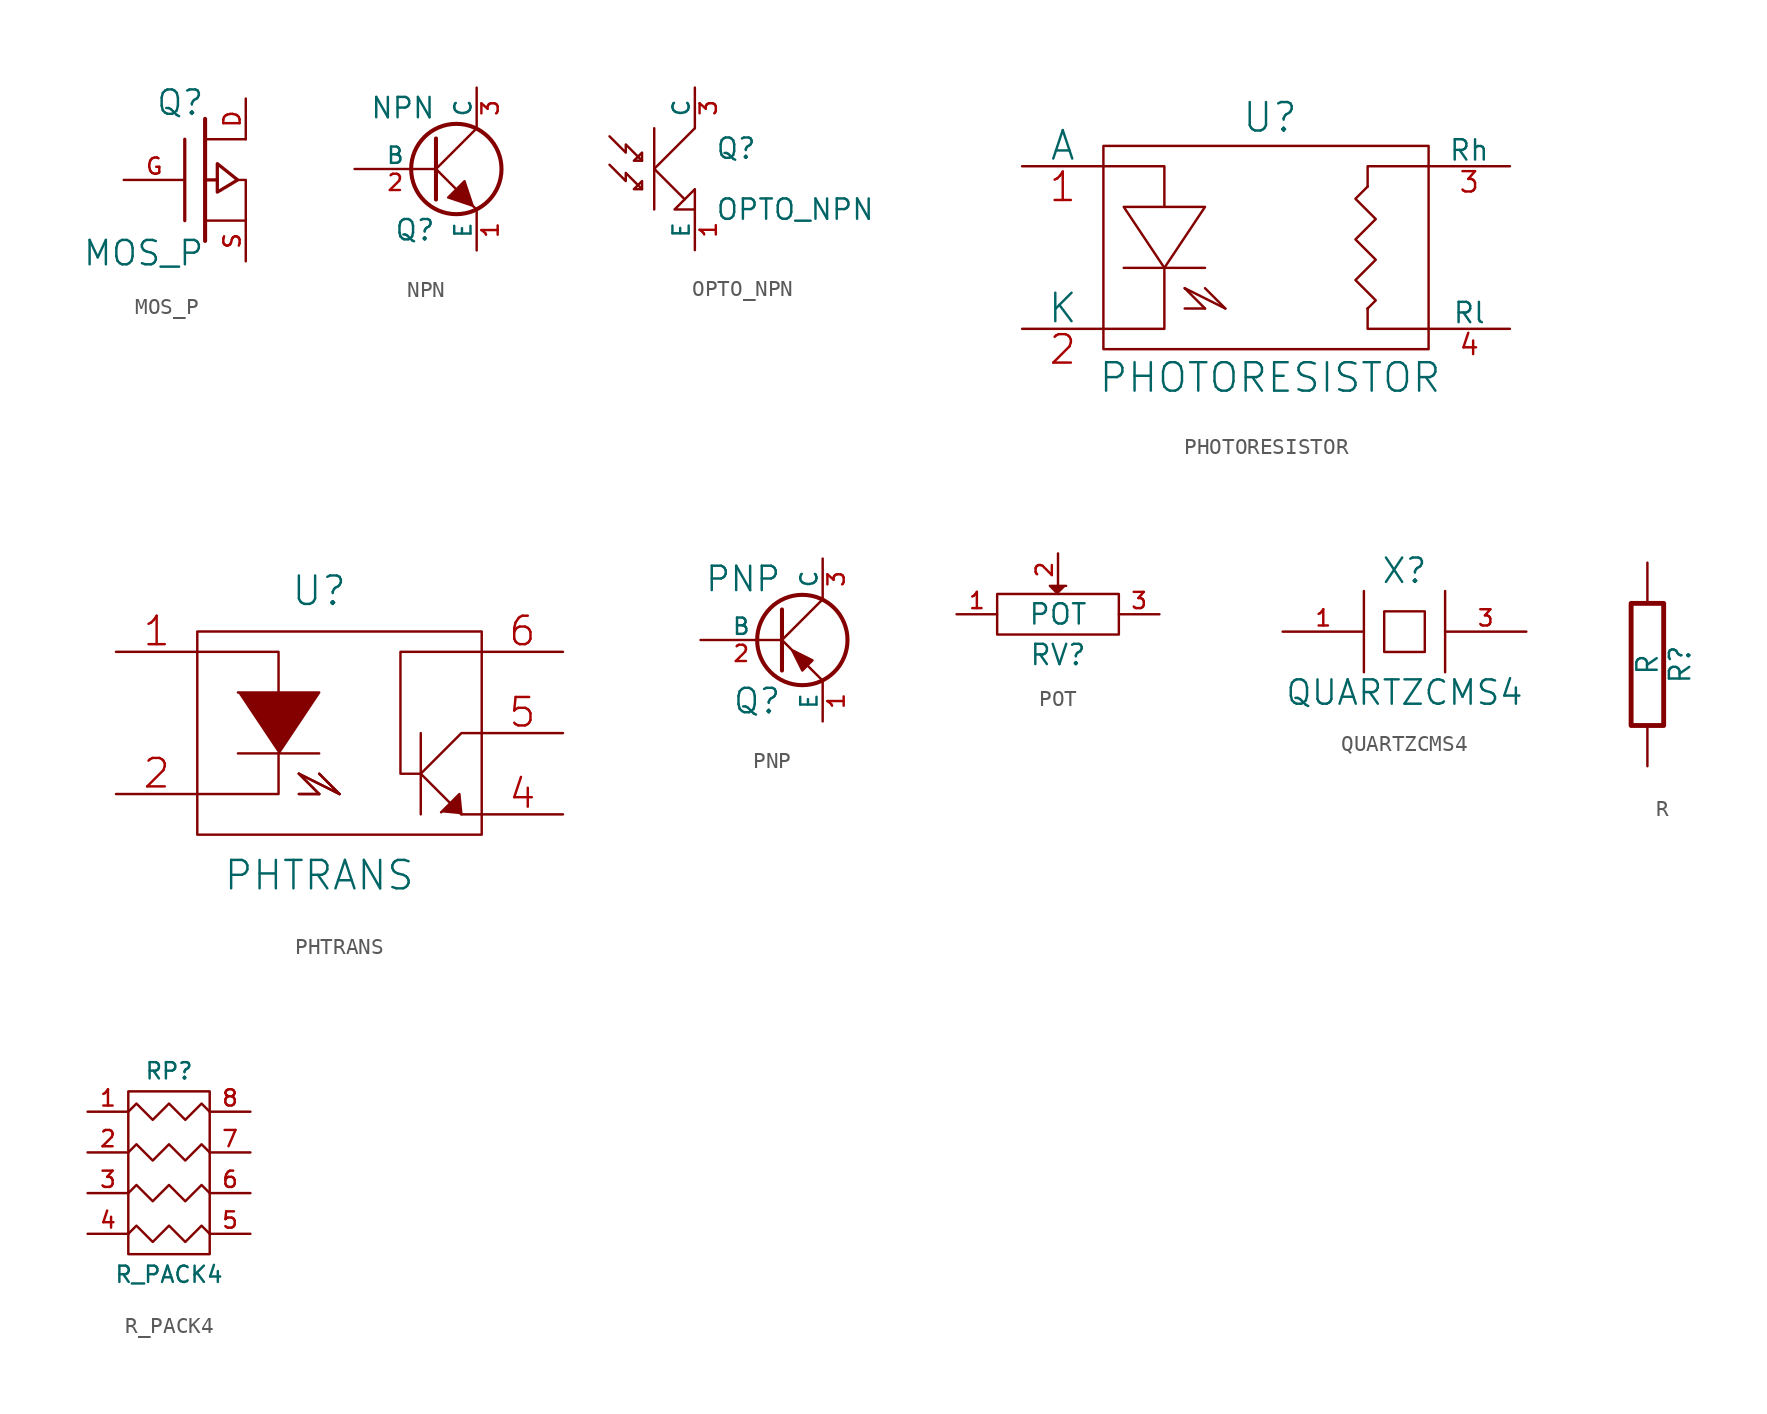
<source format=kicad_sym>
(kicad_symbol_lib
  (version 20220914)
  (generator kicad_symbol_editor)
  (symbol "MOS_P"
    (pin_names
      (offset 1.016) hide)
    (property "Reference" "Q"
      (at 0 4.826 0)
      (effects (font (size 1.524 1.524)) (justify right)))
    (property "Value" "MOS_P"
      (at 0 -4.572 0)
      (effects (font (size 1.524 1.524)) (justify right)))
    (symbol "MOS_P_0_1"
      (polyline (pts (xy -1.27 -2.54) (xy -1.27 2.54)) (stroke (width 0.203) (type solid)) (fill (type none)))
      (polyline (pts (xy 0 -3.81) (xy 0 3.81)) (stroke (width 0.254) (type solid)) (fill (type none)))
      (polyline (pts (xy 0.762 0) (xy 0 0)) (stroke (width 0.203) (type solid)) (fill (type none)))
      (polyline (pts (xy 2.54 -2.54) (xy 0 -2.54)) (stroke (width 0) (type solid)) (fill (type none)))
      (polyline (pts (xy 2.54 2.54) (xy 0 2.54)) (stroke (width 0) (type solid)) (fill (type none)))
      (polyline (pts (xy 2.032 0) (xy 2.54 0) (xy 2.54 -2.54)) (stroke (width 0) (type solid)) (fill (type none)))
      (polyline (pts (xy 0.762 1.016) (xy 0.762 -0.762) (xy 2.032 0) (xy 0.762 1.016) (xy 0.762 1.016)) (stroke (width 0.203) (type solid)) (fill (type none))))
    (symbol "MOS_P_1_1"
      (pin passive line (at 2.54 5.08 270) (length 2.54) (name "D" (effects (font (size 1.016 1.016)))) (number "D" (effects (font (size 1.016 1.016)))))
      (pin input line (at -5.08 0 0) (length 3.81) (name "G" (effects (font (size 1.016 1.016)))) (number "G" (effects (font (size 1.016 1.016)))))
      (pin passive line (at 2.54 -5.08 90) (length 2.54) (name "S" (effects (font (size 1.016 1.016)))) (number "S" (effects (font (size 1.016 1.016)))))))
  (symbol "NPN"
    (pin_names
      (offset 0))
    (property "Reference" "Q"
      (at 0 -3.81 0)
      (effects (font (size 1.27 1.27)) (justify right)))
    (property "Value" "NPN"
      (at 0 3.81 0)
      (effects (font (size 1.27 1.27)) (justify right)))
    (symbol "NPN_0_1"
      (polyline (pts (xy 0 0) (xy 2.54 2.54)) (stroke (width 0) (type solid)) (fill (type none)))
      (polyline (pts (xy 0 1.905) (xy 0 -1.905) (xy 0 -1.905)) (stroke (width 0.254) (type solid)) (fill (type none)))
      (polyline (pts (xy 1.27 -1.27) (xy 0 0) (xy 0 0)) (stroke (width 0) (type solid)) (fill (type none)))
      (polyline (pts (xy 2.286 -2.286) (xy 2.54 -2.54) (xy 2.54 -2.54)) (stroke (width 0) (type solid)) (fill (type none)))
      (polyline (pts (xy 2.286 -2.286) (xy 1.778 -0.762) (xy 0.762 -1.778) (xy 2.286 -2.286) (xy 2.286 -2.286)) (stroke (width 0) (type solid)) (fill (type outline)))
      (circle (center 1.27 0) (radius 2.819) (stroke (width 0.254) (type solid)) (fill (type none))))
    (symbol "NPN_1_1"
      (pin passive line (at 2.54 -5.08 90) (length 2.54) (name "E" (effects (font (size 1.016 1.016)))) (number "1" (effects (font (size 1.016 1.016)))))
      (pin input line (at -5.08 0 0) (length 5.08) (name "B" (effects (font (size 1.016 1.016)))) (number "2" (effects (font (size 1.016 1.016)))))
      (pin passive line (at 2.54 5.08 270) (length 2.54) (name "C" (effects (font (size 1.016 1.016)))) (number "3" (effects (font (size 1.016 1.016)))))))
  (symbol "OPTO_NPN"
    (pin_names
      (offset 0))
    (property "Reference" "Q"
      (at 3.81 1.27 0)
      (effects (font (size 1.27 1.27)) (justify left)))
    (property "Value" "OPTO_NPN"
      (at 3.81 -2.54 0)
      (effects (font (size 1.27 1.27)) (justify left)))
    (symbol "OPTO_NPN_0_1"
      (polyline (pts (xy 0 0) (xy 1.905 -1.905)) (stroke (width 0) (type solid)) (fill (type none)))
      (polyline (pts (xy 0 0) (xy 2.54 2.54)) (stroke (width 0) (type solid)) (fill (type none)))
      (polyline (pts (xy 0 2.54) (xy 0 -2.54)) (stroke (width 0) (type solid)) (fill (type none)))
      (polyline (pts (xy -0.762 -1.27) (xy -0.762 -0.762) (xy -1.27 -1.27) (xy -0.762 -1.27) (xy -0.762 -1.27)) (stroke (width 0) (type solid)) (fill (type none)))
      (polyline (pts (xy 1.27 -2.54) (xy 2.54 -2.54) (xy 2.54 -1.27) (xy 1.27 -2.54) (xy 1.27 -2.54)) (stroke (width 0) (type solid)) (fill (type none)))
      (polyline (pts (xy -2.794 0.254) (xy -1.778 -0.762) (xy -1.778 -0.254) (xy -0.762 -1.27) (xy -0.762 -1.27) (xy -0.762 -1.27)) (stroke (width 0) (type solid)) (fill (type none)))
      (polyline (pts (xy -2.794 2.032) (xy -1.778 1.016) (xy -1.778 1.524) (xy -0.762 0.508) (xy -0.762 0.508) (xy -0.762 0.508)) (stroke (width 0) (type solid)) (fill (type none)))
      (polyline (pts (xy -0.762 0.508) (xy -0.762 1.016) (xy -1.27 0.508) (xy -0.762 0.508) (xy -0.762 0.508) (xy -0.762 0.508)) (stroke (width 0) (type solid)) (fill (type none))))
    (symbol "OPTO_NPN_1_1"
      (pin passive line (at 2.54 -5.08 90) (length 2.54) (name "E" (effects (font (size 1.016 1.016)))) (number "1" (effects (font (size 1.016 1.016)))))
      (pin passive line (at 2.54 5.08 270) (length 2.54) (name "C" (effects (font (size 1.016 1.016)))) (number "3" (effects (font (size 1.016 1.016)))))))
  (symbol "PHOTORESISTOR"
    (pin_names
      (offset 0))
    (property "Reference" "U"
      (at 0.254 8.128 0)
      (effects (font (size 1.778 1.778))))
    (property "Value" "PHOTORESISTOR"
      (at 0.254 -8.128 0)
      (effects (font (size 1.778 1.778))))
    (symbol "PHOTORESISTOR_0_0"
      (polyline (pts (xy -8.89 -1.27) (xy -3.81 -1.27)) (stroke (width 0) (type solid)) (fill (type none)))
      (polyline (pts (xy -5.08 -2.54) (xy -3.81 -3.81)) (stroke (width 0) (type solid)) (fill (type none)))
      (polyline (pts (xy -5.08 -2.54) (xy -2.54 -3.81)) (stroke (width 0) (type solid)) (fill (type none)))
      (polyline (pts (xy -3.81 -3.81) (xy -3.81 -3.81) (xy -5.08 -3.81)) (stroke (width 0) (type solid)) (fill (type none)))
      (polyline (pts (xy -3.81 -2.54) (xy -2.54 -3.81) (xy -3.81 -2.54)) (stroke (width 0) (type solid)) (fill (type none)))
      (polyline (pts (xy -8.89 2.54) (xy -3.81 2.54) (xy -6.35 -1.27) (xy -8.89 2.54)) (stroke (width 0) (type solid)) (fill (type none))))
    (symbol "PHOTORESISTOR_0_1"
      (rectangle (start -10.16 6.35) (end 10.16 -6.35) (stroke (width 0) (type solid)) (fill (type none)))
      (polyline (pts (xy 6.35 -3.81) (xy 6.35 -3.81)) (stroke (width 0) (type solid)) (fill (type none)))
      (polyline (pts (xy -10.16 -5.08) (xy -6.35 -5.08) (xy -6.35 -1.27)) (stroke (width 0) (type solid)) (fill (type none)))
      (polyline (pts (xy -10.16 5.08) (xy -6.35 5.08) (xy -6.35 2.54)) (stroke (width 0) (type solid)) (fill (type none)))
      (polyline (pts (xy 10.16 -5.08) (xy 6.35 -5.08) (xy 6.35 -3.81) (xy 6.35 -3.81)) (stroke (width 0) (type solid)) (fill (type none)))
      (polyline (pts (xy 10.16 5.08) (xy 6.35 5.08) (xy 6.35 3.81) (xy 6.35 3.81) (xy 6.35 3.81)) (stroke (width 0) (type solid)) (fill (type none)))
      (polyline (pts (xy 6.35 3.81) (xy 5.588 3.048) (xy 6.858 1.778) (xy 5.588 0.508) (xy 6.858 -0.762) (xy 5.588 -2.032) (xy 6.858 -3.302) (xy 6.35 -3.81) (xy 6.35 -3.81) (xy 6.35 -3.81)) (stroke (width 0) (type solid)) (fill (type none))))
    (symbol "PHOTORESISTOR_1_1"
      (pin input line (at -15.24 5.08 0) (length 5.08) (name "A" (effects (font (size 1.778 1.778)))) (number "1" (effects (font (size 1.778 1.778)))))
      (pin input line (at -15.24 -5.08 0) (length 5.08) (name "K" (effects (font (size 1.778 1.778)))) (number "2" (effects (font (size 1.778 1.778)))))
      (pin passive line (at 15.24 5.08 180) (length 5.08) (name "Rh" (effects (font (size 1.27 1.27)))) (number "3" (effects (font (size 1.27 1.27)))))
      (pin passive line (at 15.24 -5.08 180) (length 5.08) (name "Rl" (effects (font (size 1.27 1.27)))) (number "4" (effects (font (size 1.27 1.27)))))))
  (symbol "PHTRANS"
    (pin_names
      (offset 0.254))
    (property "Reference" "U"
      (at -1.27 8.89 0)
      (effects (font (size 1.778 1.778))))
    (property "Value" "PHTRANS"
      (at -1.27 -8.89 0)
      (effects (font (size 1.778 1.778))))
    (symbol "PHTRANS_0_0"
      (polyline (pts (xy -6.35 -1.27) (xy -1.27 -1.27)) (stroke (width 0) (type solid)) (fill (type none)))
      (polyline (pts (xy -2.54 -2.54) (xy -1.27 -3.81)) (stroke (width 0) (type solid)) (fill (type none)))
      (polyline (pts (xy -2.54 -2.54) (xy -1.27 -3.81)) (stroke (width 0) (type solid)) (fill (type none)))
      (polyline (pts (xy -2.54 -2.54) (xy 0 -3.81)) (stroke (width 0) (type solid)) (fill (type none)))
      (polyline (pts (xy -2.54 -2.54) (xy 0 -3.81)) (stroke (width 0) (type solid)) (fill (type none)))
      (polyline (pts (xy -1.27 -3.81) (xy -1.27 -3.81) (xy -2.54 -3.81)) (stroke (width 0) (type solid)) (fill (type none)))
      (polyline (pts (xy -1.27 -3.81) (xy -1.27 -3.81) (xy -2.54 -3.81)) (stroke (width 0) (type solid)) (fill (type none)))
      (polyline (pts (xy -1.27 -2.54) (xy 0 -3.81) (xy -1.27 -2.54)) (stroke (width 0) (type solid)) (fill (type none)))
      (polyline (pts (xy -1.27 -2.54) (xy 0 -3.81) (xy -1.27 -2.54)) (stroke (width 0) (type solid)) (fill (type none))))
    (symbol "PHTRANS_0_1"
      (polyline (pts (xy 5.08 0) (xy 5.08 -5.08)) (stroke (width 0) (type solid)) (fill (type none)))
      (polyline (pts (xy -8.89 5.08) (xy -3.81 5.08) (xy -3.81 2.54)) (stroke (width 0) (type solid)) (fill (type none)))
      (polyline (pts (xy -6.35 2.54) (xy -1.27 2.54) (xy -3.81 -1.27)) (stroke (width 0) (type solid)) (fill (type outline)))
      (polyline (pts (xy -3.81 -1.27) (xy -3.81 -3.81) (xy -8.89 -3.81)) (stroke (width 0) (type solid)) (fill (type none)))
      (polyline (pts (xy 5.08 -2.54) (xy 7.62 -5.08) (xy 8.89 -5.08)) (stroke (width 0) (type solid)) (fill (type none)))
      (polyline (pts (xy 5.08 -2.54) (xy 7.62 0) (xy 8.89 0)) (stroke (width 0) (type solid)) (fill (type none)))
      (polyline (pts (xy 7.62 -5.08) (xy 7.493 -3.81) (xy 6.35 -4.953)) (stroke (width 0) (type solid)) (fill (type outline)))
      (polyline (pts (xy 5.08 -2.54) (xy 3.81 -2.54) (xy 3.81 5.08) (xy 8.89 5.08)) (stroke (width 0) (type solid)) (fill (type none)))
      (rectangle (start 8.89 -6.35) (end -8.89 6.35) (stroke (width 0) (type solid)) (fill (type none))))
    (symbol "PHTRANS_1_1"
      (pin input line (at -13.97 5.08 0) (length 5.08) (name "~" (effects (font (size 1.778 1.778)))) (number "1" (effects (font (size 1.778 1.778)))))
      (pin input line (at -13.97 -3.81 0) (length 5.08) (name "~" (effects (font (size 1.778 1.778)))) (number "2" (effects (font (size 1.778 1.778)))))
      (pin input line (at 13.97 -5.08 180) (length 5.08) (name "~" (effects (font (size 1.778 1.778)))) (number "4" (effects (font (size 1.778 1.778)))))
      (pin input line (at 13.97 0 180) (length 5.08) (name "~" (effects (font (size 1.778 1.778)))) (number "5" (effects (font (size 1.778 1.778)))))
      (pin input line (at 13.97 5.08 180) (length 5.08) (name "~" (effects (font (size 1.778 1.778)))) (number "6" (effects (font (size 1.778 1.778)))))))
  (symbol "PNP"
    (pin_names
      (offset 0))
    (property "Reference" "Q"
      (at 0 -3.81 0)
      (effects (font (size 1.524 1.524)) (justify right)))
    (property "Value" "PNP"
      (at 0 3.81 0)
      (effects (font (size 1.524 1.524)) (justify right)))
    (symbol "PNP_0_1"
      (polyline (pts (xy 0 0) (xy 2.54 2.54)) (stroke (width 0) (type solid)) (fill (type none)))
      (polyline (pts (xy 0 1.905) (xy 0 -1.905) (xy 0 -1.905)) (stroke (width 0.254) (type solid)) (fill (type outline)))
      (polyline (pts (xy 0.635 -0.635) (xy 0 0) (xy 0 0)) (stroke (width 0) (type solid)) (fill (type none)))
      (polyline (pts (xy 2.54 -2.54) (xy 1.651 -1.651) (xy 1.651 -1.651)) (stroke (width 0) (type solid)) (fill (type none)))
      (polyline (pts (xy 0.635 -0.635) (xy 1.27 -1.905) (xy 1.905 -1.27) (xy 0.635 -0.635) (xy 0.635 -0.635)) (stroke (width 0) (type solid)) (fill (type outline)))
      (circle (center 1.27 0) (radius 2.819) (stroke (width 0.254) (type solid)) (fill (type none))))
    (symbol "PNP_1_1"
      (pin passive line (at 2.54 -5.08 90) (length 2.54) (name "E" (effects (font (size 1.016 1.016)))) (number "1" (effects (font (size 1.016 1.016)))))
      (pin input line (at -5.08 0 0) (length 5.08) (name "B" (effects (font (size 1.016 1.016)))) (number "2" (effects (font (size 1.016 1.016)))))
      (pin passive line (at 2.54 5.08 270) (length 2.54) (name "C" (effects (font (size 1.016 1.016)))) (number "3" (effects (font (size 1.016 1.016)))))))
  (symbol "POT"
    (pin_names
      (offset 1.016) hide)
    (property "Reference" "RV"
      (at 0 -2.54 0)
      (effects (font (size 1.27 1.27))))
    (property "Value" "POT"
      (at 0 0 0)
      (effects (font (size 1.27 1.27))))
    (symbol "POT_0_1"
      (rectangle (start -3.81 1.27) (end 3.81 -1.27) (stroke (width 0) (type solid)) (fill (type none)))
      (polyline (pts (xy 0 1.27) (xy -0.508 1.778) (xy 0.508 1.778)) (stroke (width 0) (type solid)) (fill (type outline))))
    (symbol "POT_1_1"
      (pin passive line (at -6.35 0 0) (length 2.54) (name "1" (effects (font (size 1.016 1.016)))) (number "1" (effects (font (size 1.016 1.016)))))
      (pin passive line (at 0 3.81 270) (length 2.032) (name "2" (effects (font (size 1.016 1.016)))) (number "2" (effects (font (size 1.016 1.016)))))
      (pin passive line (at 6.35 0 180) (length 2.54) (name "3" (effects (font (size 1.016 1.016)))) (number "3" (effects (font (size 1.016 1.016)))))))
  (symbol "QUARTZCMS4"
    (pin_names
      (offset 1.016) hide)
    (property "Reference" "X"
      (at 0 3.81 0)
      (effects (font (size 1.524 1.524))))
    (property "Value" "QUARTZCMS4"
      (at 0 -3.81 0)
      (effects (font (size 1.524 1.524))))
    (symbol "QUARTZCMS4_0_1"
      (polyline (pts (xy -2.54 2.54) (xy -2.54 -2.54)) (stroke (width 0) (type solid)) (fill (type none)))
      (polyline (pts (xy 2.54 2.54) (xy 2.54 -2.54)) (stroke (width 0) (type solid)) (fill (type none)))
      (polyline (pts (xy -1.27 1.27) (xy 1.27 1.27) (xy 1.27 -1.27) (xy -1.27 -1.27) (xy -1.27 1.27)) (stroke (width 0) (type solid)) (fill (type none))))
    (symbol "QUARTZCMS4_1_1"
      (pin passive line (at -7.62 0 0) (length 5.08) (name "1" (effects (font (size 1.016 1.016)))) (number "1" (effects (font (size 1.016 1.016)))))
      (pin passive line (at 7.62 0 180) (length 5.08) (name "3" (effects (font (size 1.016 1.016)))) (number "3" (effects (font (size 1.016 1.016)))))))
  (symbol "R"
    (pin_numbers hide)
    (pin_names
      (offset 0))
    (property "Reference" "R"
      (at 2.032 0 90)
      (effects (font (size 1.27 1.27))))
    (property "Value" "R"
      (at 0 0 90)
      (effects (font (size 1.27 1.27))))
    (symbol "R_0_1"
      (rectangle (start -1.016 3.81) (end 1.016 -3.81) (stroke (width 0.305) (type solid)) (fill (type none))))
    (symbol "R_1_1"
      (pin passive line (at 0 6.35 270) (length 2.54) (name "~" (effects (font (size 1.524 1.524)))) (number "1" (effects (font (size 1.524 1.524)))))
      (pin passive line (at 0 -6.35 90) (length 2.54) (name "~" (effects (font (size 1.524 1.524)))) (number "2" (effects (font (size 1.524 1.524)))))))
  (symbol "R_PACK4"
    (pin_names hide)
    (property "Reference" "RP"
      (at 0 11.43 0)
      (effects (font (size 1.016 1.016))))
    (property "Value" "R_PACK4"
      (at 0 -1.27 0)
      (effects (font (size 1.016 1.016))))
    (symbol "R_PACK4_0_1"
      (polyline (pts (xy -2.54 10.16) (xy -2.54 0) (xy 2.54 0) (xy 2.54 10.16) (xy -2.54 10.16)) (stroke (width 0) (type solid)) (fill (type none)))
      (polyline (pts (xy -2.54 1.27) (xy -2.032 1.778) (xy -1.016 0.762) (xy 0 1.778) (xy 1.016 0.762) (xy 2.032 1.778) (xy 2.54 1.27)) (stroke (width 0) (type solid)) (fill (type none)))
      (polyline (pts (xy -2.54 3.81) (xy -2.032 4.318) (xy -1.016 3.302) (xy 0 4.318) (xy 1.016 3.302) (xy 2.032 4.318) (xy 2.54 3.81)) (stroke (width 0) (type solid)) (fill (type none)))
      (polyline (pts (xy -2.54 6.35) (xy -2.032 6.858) (xy -1.016 5.842) (xy 0 6.858) (xy 1.016 5.842) (xy 2.032 6.858) (xy 2.54 6.35)) (stroke (width 0) (type solid)) (fill (type none)))
      (polyline (pts (xy -2.54 8.89) (xy -2.032 9.398) (xy -1.016 8.382) (xy 0 9.398) (xy 1.016 8.382) (xy 2.032 9.398) (xy 2.54 8.89)) (stroke (width 0) (type solid)) (fill (type none))))
    (symbol "R_PACK4_1_1"
      (pin passive line (at -5.08 8.89 0) (length 2.54) (name "P1" (effects (font (size 1.016 1.016)))) (number "1" (effects (font (size 1.016 1.016)))))
      (pin passive line (at -5.08 6.35 0) (length 2.54) (name "P2" (effects (font (size 1.016 1.016)))) (number "2" (effects (font (size 1.016 1.016)))))
      (pin passive line (at -5.08 3.81 0) (length 2.54) (name "P3" (effects (font (size 1.016 1.016)))) (number "3" (effects (font (size 1.016 1.016)))))
      (pin passive line (at -5.08 1.27 0) (length 2.54) (name "P4" (effects (font (size 1.016 1.016)))) (number "4" (effects (font (size 1.016 1.016)))))
      (pin passive line (at 5.08 1.27 180) (length 2.54) (name "R4" (effects (font (size 1.016 1.016)))) (number "5" (effects (font (size 1.016 1.016)))))
      (pin passive line (at 5.08 3.81 180) (length 2.54) (name "R3" (effects (font (size 1.016 1.016)))) (number "6" (effects (font (size 1.016 1.016)))))
      (pin passive line (at 5.08 6.35 180) (length 2.54) (name "R2" (effects (font (size 1.016 1.016)))) (number "7" (effects (font (size 1.016 1.016)))))
      (pin passive line (at 5.08 8.89 180) (length 2.54) (name "R1" (effects (font (size 1.016 1.016)))) (number "8" (effects (font (size 1.016 1.016))))))))
</source>
